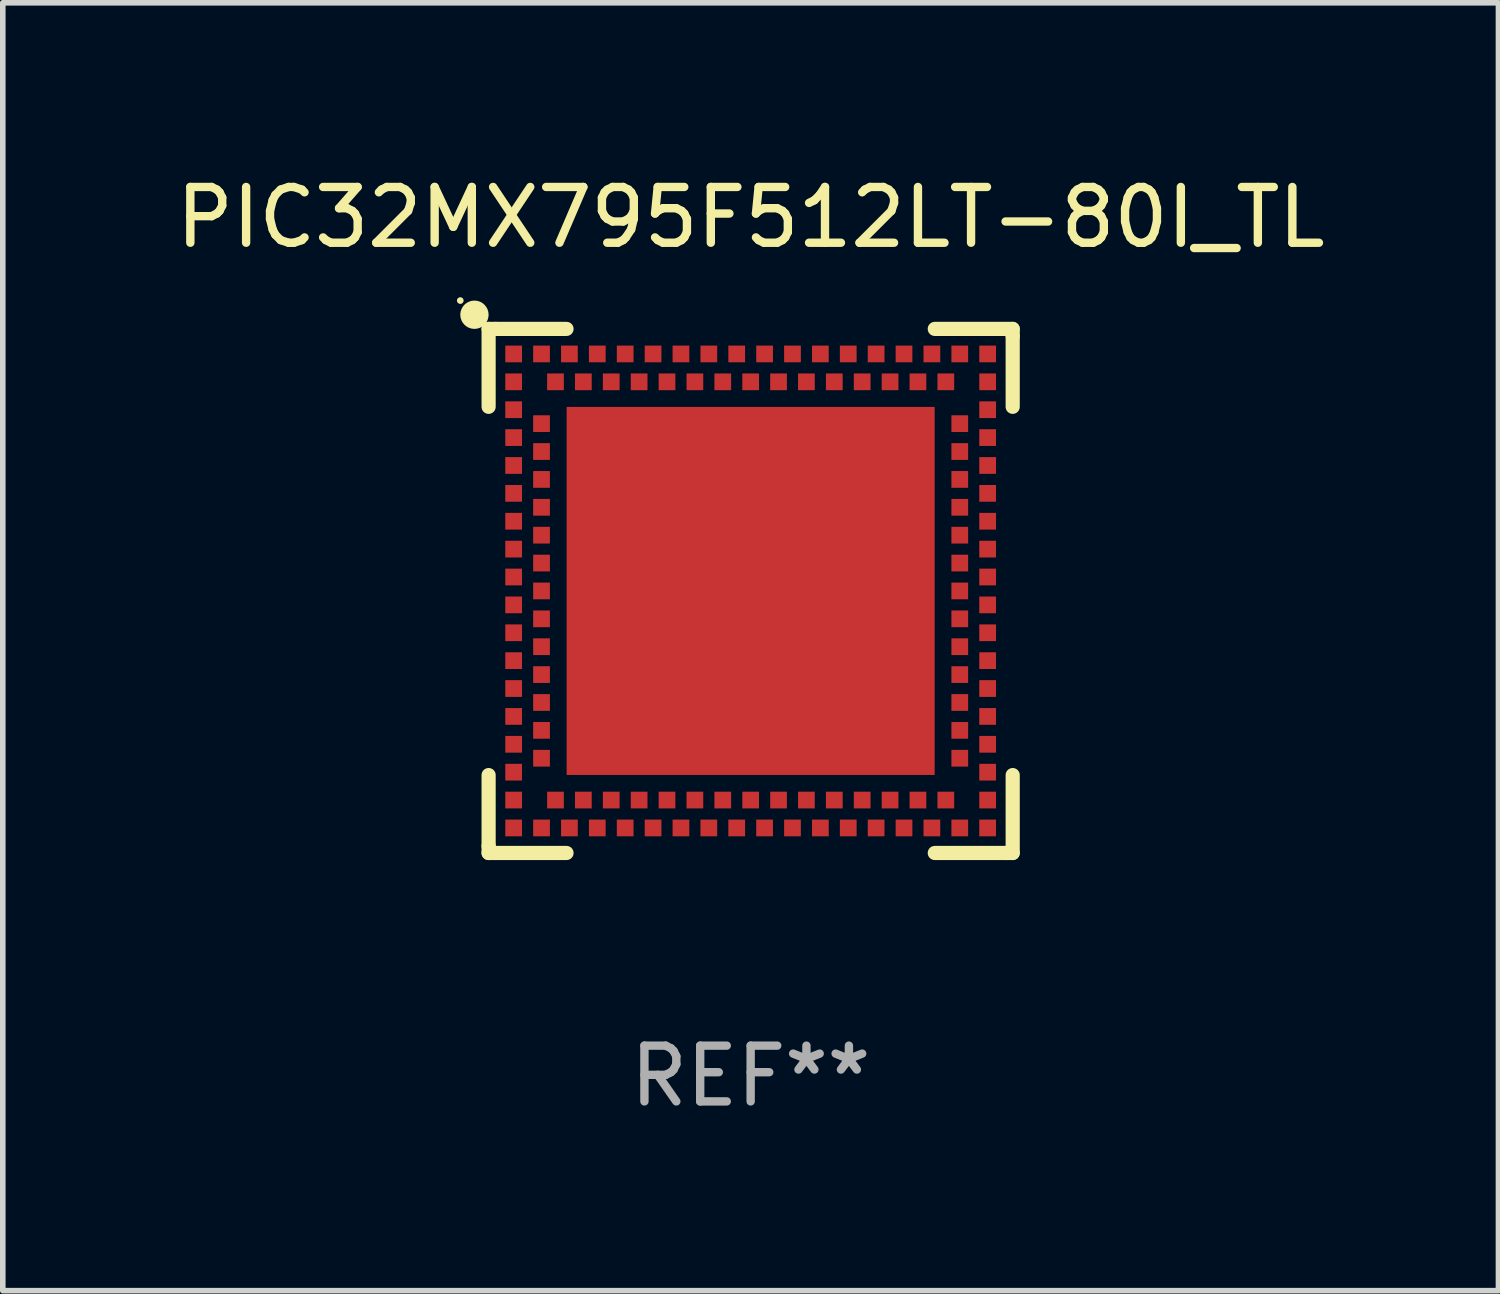
<source format=kicad_pcb>
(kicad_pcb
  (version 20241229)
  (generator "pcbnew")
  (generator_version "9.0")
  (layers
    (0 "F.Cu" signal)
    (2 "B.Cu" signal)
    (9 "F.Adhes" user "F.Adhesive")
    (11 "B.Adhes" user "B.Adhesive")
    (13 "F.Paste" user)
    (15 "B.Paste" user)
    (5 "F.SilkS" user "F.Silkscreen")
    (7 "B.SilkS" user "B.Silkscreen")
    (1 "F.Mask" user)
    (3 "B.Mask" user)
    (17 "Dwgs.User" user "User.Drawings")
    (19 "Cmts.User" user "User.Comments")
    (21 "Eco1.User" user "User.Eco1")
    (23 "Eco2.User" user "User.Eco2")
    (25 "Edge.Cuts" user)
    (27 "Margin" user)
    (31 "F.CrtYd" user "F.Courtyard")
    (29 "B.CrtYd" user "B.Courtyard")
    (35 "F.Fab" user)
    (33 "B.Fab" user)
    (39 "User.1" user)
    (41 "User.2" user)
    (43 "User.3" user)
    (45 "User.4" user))
  (footprint "PIC32MX795F512LT-80I_TL"
    (layer "F.Cu")
    (at 10.411 7.547)
    (property "Reference" "PIC32MX795F512LT-80I_TL" (at 0 -6.699 0) (layer "F.SilkS") (effects (font (size 1 1) (thickness 0.15))))
    (attr through_hole)
    (fp_line (start -4.699 -4.699) (end -4.699 -3.302) (stroke (width 0.254) (type solid)) (layer "F.SilkS"))
    (fp_line (start -4.699 3.302) (end -4.699 4.572) (stroke (width 0.254) (type solid)) (layer "F.SilkS"))
    (fp_line (start -4.699 4.572) (end -4.699 4.699) (stroke (width 0.254) (type solid)) (layer "F.SilkS"))
    (fp_line (start -4.699 4.699) (end -3.302 4.699) (stroke (width 0.254) (type solid)) (layer "F.SilkS"))
    (fp_line (start -4.572 -4.699) (end -4.699 -4.699) (stroke (width 0.254) (type solid)) (layer "F.SilkS"))
    (fp_line (start -3.302 -4.699) (end -4.572 -4.699) (stroke (width 0.254) (type solid)) (layer "F.SilkS"))
    (fp_line (start 3.302 4.699) (end 4.572 4.699) (stroke (width 0.254) (type solid)) (layer "F.SilkS"))
    (fp_line (start 4.572 4.699) (end 4.699 4.699) (stroke (width 0.254) (type solid)) (layer "F.SilkS"))
    (fp_line (start 4.699 -4.699) (end 3.302 -4.699) (stroke (width 0.254) (type solid)) (layer "F.SilkS"))
    (fp_line (start 4.699 -4.572) (end 4.699 -4.699) (stroke (width 0.254) (type solid)) (layer "F.SilkS"))
    (fp_line (start 4.699 -3.302) (end 4.699 -4.572) (stroke (width 0.254) (type solid)) (layer "F.SilkS"))
    (fp_line (start 4.699 4.699) (end 4.699 3.302) (stroke (width 0.254) (type solid)) (layer "F.SilkS"))
    (fp_circle (center -5.207 -5.207) (end -5.177 -5.207) (stroke (width 0.06) (type solid)) (fill no) (layer "F.SilkS"))
    (fp_circle (center -4.953 -4.953) (end -4.826 -4.953) (stroke (width 0.254) (type solid)) (fill no) (layer "F.SilkS"))
    (fp_text user "REF**" (at 0 8.699 0) (layer "F.Fab") (effects (font (size 1 1) (thickness 0.15))))
    (pad "125" smd rect (at 0.000025 -0.000102 90) (size 6.6 6.6) (layers "F.Cu" "F.Mask" "F.Paste"))
    (pad "A1" smd rect (at -4.25 -3.75 90) (size 0.3 0.3) (layers "F.Cu" "F.Mask" "F.Paste"))
    (pad "A2" smd rect (at -4.25 -3.25 90) (size 0.3 0.3) (layers "F.Cu" "F.Mask" "F.Paste"))
    (pad "A3" smd rect (at -4.25 -2.75 90) (size 0.3 0.3) (layers "F.Cu" "F.Mask" "F.Paste"))
    (pad "A4" smd rect (at -4.25 -2.25 90) (size 0.3 0.3) (layers "F.Cu" "F.Mask" "F.Paste"))
    (pad "A5" smd rect (at -4.25 -1.75 90) (size 0.3 0.3) (layers "F.Cu" "F.Mask" "F.Paste"))
    (pad "A6" smd rect (at -4.25 -1.25 90) (size 0.3 0.3) (layers "F.Cu" "F.Mask" "F.Paste"))
    (pad "A7" smd rect (at -4.25 -0.75 90) (size 0.3 0.3) (layers "F.Cu" "F.Mask" "F.Paste"))
    (pad "A8" smd rect (at -4.25 -0.25 90) (size 0.3 0.3) (layers "F.Cu" "F.Mask" "F.Paste"))
    (pad "A9" smd rect (at -4.25 0.25 90) (size 0.3 0.3) (layers "F.Cu" "F.Mask" "F.Paste"))
    (pad "A10" smd rect (at -4.25 0.75 90) (size 0.3 0.3) (layers "F.Cu" "F.Mask" "F.Paste"))
    (pad "A11" smd rect (at -4.25 1.25 90) (size 0.3 0.3) (layers "F.Cu" "F.Mask" "F.Paste"))
    (pad "A12" smd rect (at -4.25 1.75 90) (size 0.3 0.3) (layers "F.Cu" "F.Mask" "F.Paste"))
    (pad "A13" smd rect (at -4.25 2.25 90) (size 0.3 0.3) (layers "F.Cu" "F.Mask" "F.Paste"))
    (pad "A14" smd rect (at -4.25 2.75 90) (size 0.3 0.3) (layers "F.Cu" "F.Mask" "F.Paste"))
    (pad "A15" smd rect (at -4.25 3.25 90) (size 0.3 0.3) (layers "F.Cu" "F.Mask" "F.Paste"))
    (pad "A16" smd rect (at -4.25 3.75 90) (size 0.3 0.3) (layers "F.Cu" "F.Mask" "F.Paste"))
    (pad "A17" smd rect (at -4.25 4.25 90) (size 0.3 0.3) (layers "F.Cu" "F.Mask" "F.Paste"))
    (pad "A18" smd rect (at -3.75 4.25 90) (size 0.3 0.3) (layers "F.Cu" "F.Mask" "F.Paste"))
    (pad "A19" smd rect (at -3.25 4.25 90) (size 0.3 0.3) (layers "F.Cu" "F.Mask" "F.Paste"))
    (pad "A20" smd rect (at -2.75 4.25 90) (size 0.3 0.3) (layers "F.Cu" "F.Mask" "F.Paste"))
    (pad "A21" smd rect (at -2.25 4.25 90) (size 0.3 0.3) (layers "F.Cu" "F.Mask" "F.Paste"))
    (pad "A22" smd rect (at -1.75 4.25 90) (size 0.3 0.3) (layers "F.Cu" "F.Mask" "F.Paste"))
    (pad "A23" smd rect (at -1.25 4.25 90) (size 0.3 0.3) (layers "F.Cu" "F.Mask" "F.Paste"))
    (pad "A24" smd rect (at -0.75 4.25 90) (size 0.3 0.3) (layers "F.Cu" "F.Mask" "F.Paste"))
    (pad "A25" smd rect (at -0.25 4.25 90) (size 0.3 0.3) (layers "F.Cu" "F.Mask" "F.Paste"))
    (pad "A26" smd rect (at 0.25 4.25 90) (size 0.3 0.3) (layers "F.Cu" "F.Mask" "F.Paste"))
    (pad "A27" smd rect (at 0.75 4.25 90) (size 0.3 0.3) (layers "F.Cu" "F.Mask" "F.Paste"))
    (pad "A28" smd rect (at 1.25 4.25 90) (size 0.3 0.3) (layers "F.Cu" "F.Mask" "F.Paste"))
    (pad "A29" smd rect (at 1.75 4.25 90) (size 0.3 0.3) (layers "F.Cu" "F.Mask" "F.Paste"))
    (pad "A30" smd rect (at 2.25 4.25 90) (size 0.3 0.3) (layers "F.Cu" "F.Mask" "F.Paste"))
    (pad "A31" smd rect (at 2.75 4.25 90) (size 0.3 0.3) (layers "F.Cu" "F.Mask" "F.Paste"))
    (pad "A32" smd rect (at 3.25 4.25 90) (size 0.3 0.3) (layers "F.Cu" "F.Mask" "F.Paste"))
    (pad "A33" smd rect (at 3.75 4.25 90) (size 0.3 0.3) (layers "F.Cu" "F.Mask" "F.Paste"))
    (pad "A34" smd rect (at 4.25 4.25 90) (size 0.3 0.3) (layers "F.Cu" "F.Mask" "F.Paste"))
    (pad "A35" smd rect (at 4.25 3.75 90) (size 0.3 0.3) (layers "F.Cu" "F.Mask" "F.Paste"))
    (pad "A36" smd rect (at 4.25 3.25 90) (size 0.3 0.3) (layers "F.Cu" "F.Mask" "F.Paste"))
    (pad "A37" smd rect (at 4.25 2.75 90) (size 0.3 0.3) (layers "F.Cu" "F.Mask" "F.Paste"))
    (pad "A38" smd rect (at 4.25 2.25 90) (size 0.3 0.3) (layers "F.Cu" "F.Mask" "F.Paste"))
    (pad "A39" smd rect (at 4.25 1.75 90) (size 0.3 0.3) (layers "F.Cu" "F.Mask" "F.Paste"))
    (pad "A40" smd rect (at 4.25 1.25 90) (size 0.3 0.3) (layers "F.Cu" "F.Mask" "F.Paste"))
    (pad "A41" smd rect (at 4.25 0.75 90) (size 0.3 0.3) (layers "F.Cu" "F.Mask" "F.Paste"))
    (pad "A42" smd rect (at 4.25 0.25 90) (size 0.3 0.3) (layers "F.Cu" "F.Mask" "F.Paste"))
    (pad "A43" smd rect (at 4.25 -0.25 90) (size 0.3 0.3) (layers "F.Cu" "F.Mask" "F.Paste"))
    (pad "A44" smd rect (at 4.25 -0.75 90) (size 0.3 0.3) (layers "F.Cu" "F.Mask" "F.Paste"))
    (pad "A45" smd rect (at 4.25 -1.25 90) (size 0.3 0.3) (layers "F.Cu" "F.Mask" "F.Paste"))
    (pad "A46" smd rect (at 4.25 -1.75 90) (size 0.3 0.3) (layers "F.Cu" "F.Mask" "F.Paste"))
    (pad "A47" smd rect (at 4.25 -2.25 90) (size 0.3 0.3) (layers "F.Cu" "F.Mask" "F.Paste"))
    (pad "A48" smd rect (at 4.25 -2.75 90) (size 0.3 0.3) (layers "F.Cu" "F.Mask" "F.Paste"))
    (pad "A49" smd rect (at 4.25 -3.25 90) (size 0.3 0.3) (layers "F.Cu" "F.Mask" "F.Paste"))
    (pad "A50" smd rect (at 4.25 -3.75 90) (size 0.3 0.3) (layers "F.Cu" "F.Mask" "F.Paste"))
    (pad "A51" smd rect (at 4.25 -4.25 90) (size 0.3 0.3) (layers "F.Cu" "F.Mask" "F.Paste"))
    (pad "A52" smd rect (at 3.75 -4.25 90) (size 0.3 0.3) (layers "F.Cu" "F.Mask" "F.Paste"))
    (pad "A53" smd rect (at 3.25 -4.25 90) (size 0.3 0.3) (layers "F.Cu" "F.Mask" "F.Paste"))
    (pad "A54" smd rect (at 2.75 -4.25 90) (size 0.3 0.3) (layers "F.Cu" "F.Mask" "F.Paste"))
    (pad "A55" smd rect (at 2.25 -4.25 90) (size 0.3 0.3) (layers "F.Cu" "F.Mask" "F.Paste"))
    (pad "A56" smd rect (at 1.75 -4.25 90) (size 0.3 0.3) (layers "F.Cu" "F.Mask" "F.Paste"))
    (pad "A57" smd rect (at 1.25 -4.25 90) (size 0.3 0.3) (layers "F.Cu" "F.Mask" "F.Paste"))
    (pad "A58" smd rect (at 0.75 -4.25 90) (size 0.3 0.3) (layers "F.Cu" "F.Mask" "F.Paste"))
    (pad "A59" smd rect (at 0.25 -4.25 90) (size 0.3 0.3) (layers "F.Cu" "F.Mask" "F.Paste"))
    (pad "A60" smd rect (at -0.25 -4.25 90) (size 0.3 0.3) (layers "F.Cu" "F.Mask" "F.Paste"))
    (pad "A61" smd rect (at -0.75 -4.25 90) (size 0.3 0.3) (layers "F.Cu" "F.Mask" "F.Paste"))
    (pad "A62" smd rect (at -1.25 -4.25 90) (size 0.3 0.3) (layers "F.Cu" "F.Mask" "F.Paste"))
    (pad "A63" smd rect (at -1.75 -4.25 90) (size 0.3 0.3) (layers "F.Cu" "F.Mask" "F.Paste"))
    (pad "A64" smd rect (at -2.25 -4.25 90) (size 0.3 0.3) (layers "F.Cu" "F.Mask" "F.Paste"))
    (pad "A65" smd rect (at -2.75 -4.25 90) (size 0.3 0.3) (layers "F.Cu" "F.Mask" "F.Paste"))
    (pad "A66" smd rect (at -3.25 -4.25 90) (size 0.3 0.3) (layers "F.Cu" "F.Mask" "F.Paste"))
    (pad "A67" smd rect (at -3.75 -4.25 90) (size 0.3 0.3) (layers "F.Cu" "F.Mask" "F.Paste"))
    (pad "A68" smd rect (at -4.25 -4.25 90) (size 0.3 0.3) (layers "F.Cu" "F.Mask" "F.Paste"))
    (pad "B1" smd rect (at -3.75 -3 90) (size 0.3 0.3) (layers "F.Cu" "F.Mask" "F.Paste"))
    (pad "B2" smd rect (at -3.75 -2.5 90) (size 0.3 0.3) (layers "F.Cu" "F.Mask" "F.Paste"))
    (pad "B3" smd rect (at -3.75 -2 90) (size 0.3 0.3) (layers "F.Cu" "F.Mask" "F.Paste"))
    (pad "B4" smd rect (at -3.75 -1.5 90) (size 0.3 0.3) (layers "F.Cu" "F.Mask" "F.Paste"))
    (pad "B5" smd rect (at -3.75 -1 90) (size 0.3 0.3) (layers "F.Cu" "F.Mask" "F.Paste"))
    (pad "B6" smd rect (at -3.75 -0.5 90) (size 0.3 0.3) (layers "F.Cu" "F.Mask" "F.Paste"))
    (pad "B7" smd rect (at -3.75 -0.000102 90) (size 0.3 0.3) (layers "F.Cu" "F.Mask" "F.Paste"))
    (pad "B8" smd rect (at -3.75 0.5 90) (size 0.3 0.3) (layers "F.Cu" "F.Mask" "F.Paste"))
    (pad "B9" smd rect (at -3.75 1 90) (size 0.3 0.3) (layers "F.Cu" "F.Mask" "F.Paste"))
    (pad "B10" smd rect (at -3.75 1.5 90) (size 0.3 0.3) (layers "F.Cu" "F.Mask" "F.Paste"))
    (pad "B11" smd rect (at -3.75 2 90) (size 0.3 0.3) (layers "F.Cu" "F.Mask" "F.Paste"))
    (pad "B12" smd rect (at -3.75 2.5 90) (size 0.3 0.3) (layers "F.Cu" "F.Mask" "F.Paste"))
    (pad "B13" smd rect (at -3.75 3 90) (size 0.3 0.3) (layers "F.Cu" "F.Mask" "F.Paste"))
    (pad "B14" smd rect (at -3.5 3.75 90) (size 0.3 0.3) (layers "F.Cu" "F.Mask" "F.Paste"))
    (pad "B15" smd rect (at -3 3.75 90) (size 0.3 0.3) (layers "F.Cu" "F.Mask" "F.Paste"))
    (pad "B16" smd rect (at -2.5 3.75 90) (size 0.3 0.3) (layers "F.Cu" "F.Mask" "F.Paste"))
    (pad "B17" smd rect (at -2 3.75 90) (size 0.3 0.3) (layers "F.Cu" "F.Mask" "F.Paste"))
    (pad "B18" smd rect (at -1.5 3.75 90) (size 0.3 0.3) (layers "F.Cu" "F.Mask" "F.Paste"))
    (pad "B19" smd rect (at -1 3.75 90) (size 0.3 0.3) (layers "F.Cu" "F.Mask" "F.Paste"))
    (pad "B20" smd rect (at -0.5 3.75 90) (size 0.3 0.3) (layers "F.Cu" "F.Mask" "F.Paste"))
    (pad "B21" smd rect (at 0.000025 3.75 90) (size 0.3 0.3) (layers "F.Cu" "F.Mask" "F.Paste"))
    (pad "B22" smd rect (at 0.5 3.75 90) (size 0.3 0.3) (layers "F.Cu" "F.Mask" "F.Paste"))
    (pad "B23" smd rect (at 1 3.75 90) (size 0.3 0.3) (layers "F.Cu" "F.Mask" "F.Paste"))
    (pad "B24" smd rect (at 1.5 3.75 90) (size 0.3 0.3) (layers "F.Cu" "F.Mask" "F.Paste"))
    (pad "B25" smd rect (at 2 3.75 90) (size 0.3 0.3) (layers "F.Cu" "F.Mask" "F.Paste"))
    (pad "B26" smd rect (at 2.5 3.75 90) (size 0.3 0.3) (layers "F.Cu" "F.Mask" "F.Paste"))
    (pad "B27" smd rect (at 3 3.75 90) (size 0.3 0.3) (layers "F.Cu" "F.Mask" "F.Paste"))
    (pad "B28" smd rect (at 3.5 3.75 90) (size 0.3 0.3) (layers "F.Cu" "F.Mask" "F.Paste"))
    (pad "B29" smd rect (at 3.75 3 90) (size 0.3 0.3) (layers "F.Cu" "F.Mask" "F.Paste"))
    (pad "B30" smd rect (at 3.75 2.5 90) (size 0.3 0.3) (layers "F.Cu" "F.Mask" "F.Paste"))
    (pad "B31" smd rect (at 3.75 2 90) (size 0.3 0.3) (layers "F.Cu" "F.Mask" "F.Paste"))
    (pad "B32" smd rect (at 3.75 1.5 90) (size 0.3 0.3) (layers "F.Cu" "F.Mask" "F.Paste"))
    (pad "B33" smd rect (at 3.75 1 90) (size 0.3 0.3) (layers "F.Cu" "F.Mask" "F.Paste"))
    (pad "B34" smd rect (at 3.75 0.5 90) (size 0.3 0.3) (layers "F.Cu" "F.Mask" "F.Paste"))
    (pad "B35" smd rect (at 3.75 -0.000102 90) (size 0.3 0.3) (layers "F.Cu" "F.Mask" "F.Paste"))
    (pad "B36" smd rect (at 3.75 -0.5 90) (size 0.3 0.3) (layers "F.Cu" "F.Mask" "F.Paste"))
    (pad "B37" smd rect (at 3.75 -1 90) (size 0.3 0.3) (layers "F.Cu" "F.Mask" "F.Paste"))
    (pad "B38" smd rect (at 3.75 -1.5 90) (size 0.3 0.3) (layers "F.Cu" "F.Mask" "F.Paste"))
    (pad "B39" smd rect (at 3.75 -2 90) (size 0.3 0.3) (layers "F.Cu" "F.Mask" "F.Paste"))
    (pad "B40" smd rect (at 3.75 -2.5 90) (size 0.3 0.3) (layers "F.Cu" "F.Mask" "F.Paste"))
    (pad "B41" smd rect (at 3.75 -3 90) (size 0.3 0.3) (layers "F.Cu" "F.Mask" "F.Paste"))
    (pad "B42" smd rect (at 3.5 -3.75 90) (size 0.3 0.3) (layers "F.Cu" "F.Mask" "F.Paste"))
    (pad "B43" smd rect (at 3 -3.75 90) (size 0.3 0.3) (layers "F.Cu" "F.Mask" "F.Paste"))
    (pad "B44" smd rect (at 2.5 -3.75 90) (size 0.3 0.3) (layers "F.Cu" "F.Mask" "F.Paste"))
    (pad "B45" smd rect (at 2 -3.75 90) (size 0.3 0.3) (layers "F.Cu" "F.Mask" "F.Paste"))
    (pad "B46" smd rect (at 1.5 -3.75 90) (size 0.3 0.3) (layers "F.Cu" "F.Mask" "F.Paste"))
    (pad "B47" smd rect (at 1 -3.75 90) (size 0.3 0.3) (layers "F.Cu" "F.Mask" "F.Paste"))
    (pad "B48" smd rect (at 0.5 -3.75 90) (size 0.3 0.3) (layers "F.Cu" "F.Mask" "F.Paste"))
    (pad "B49" smd rect (at 0.000025 -3.75 90) (size 0.3 0.3) (layers "F.Cu" "F.Mask" "F.Paste"))
    (pad "B50" smd rect (at -0.5 -3.75 90) (size 0.3 0.3) (layers "F.Cu" "F.Mask" "F.Paste"))
    (pad "B51" smd rect (at -1 -3.75 90) (size 0.3 0.3) (layers "F.Cu" "F.Mask" "F.Paste"))
    (pad "B52" smd rect (at -1.5 -3.75 90) (size 0.3 0.3) (layers "F.Cu" "F.Mask" "F.Paste"))
    (pad "B53" smd rect (at -2 -3.75 90) (size 0.3 0.3) (layers "F.Cu" "F.Mask" "F.Paste"))
    (pad "B54" smd rect (at -2.5 -3.75 90) (size 0.3 0.3) (layers "F.Cu" "F.Mask" "F.Paste"))
    (pad "B55" smd rect (at -3 -3.75 90) (size 0.3 0.3) (layers "F.Cu" "F.Mask" "F.Paste"))
    (pad "B56" smd rect (at -3.5 -3.75 90) (size 0.3 0.3) (layers "F.Cu" "F.Mask" "F.Paste")))
  (gr_rect
    (start -3 -3)
    (end 23.821 20.095)
    (stroke (width 0.1) (type default))
    (fill no)
    (layer "Edge.Cuts")))
</source>
